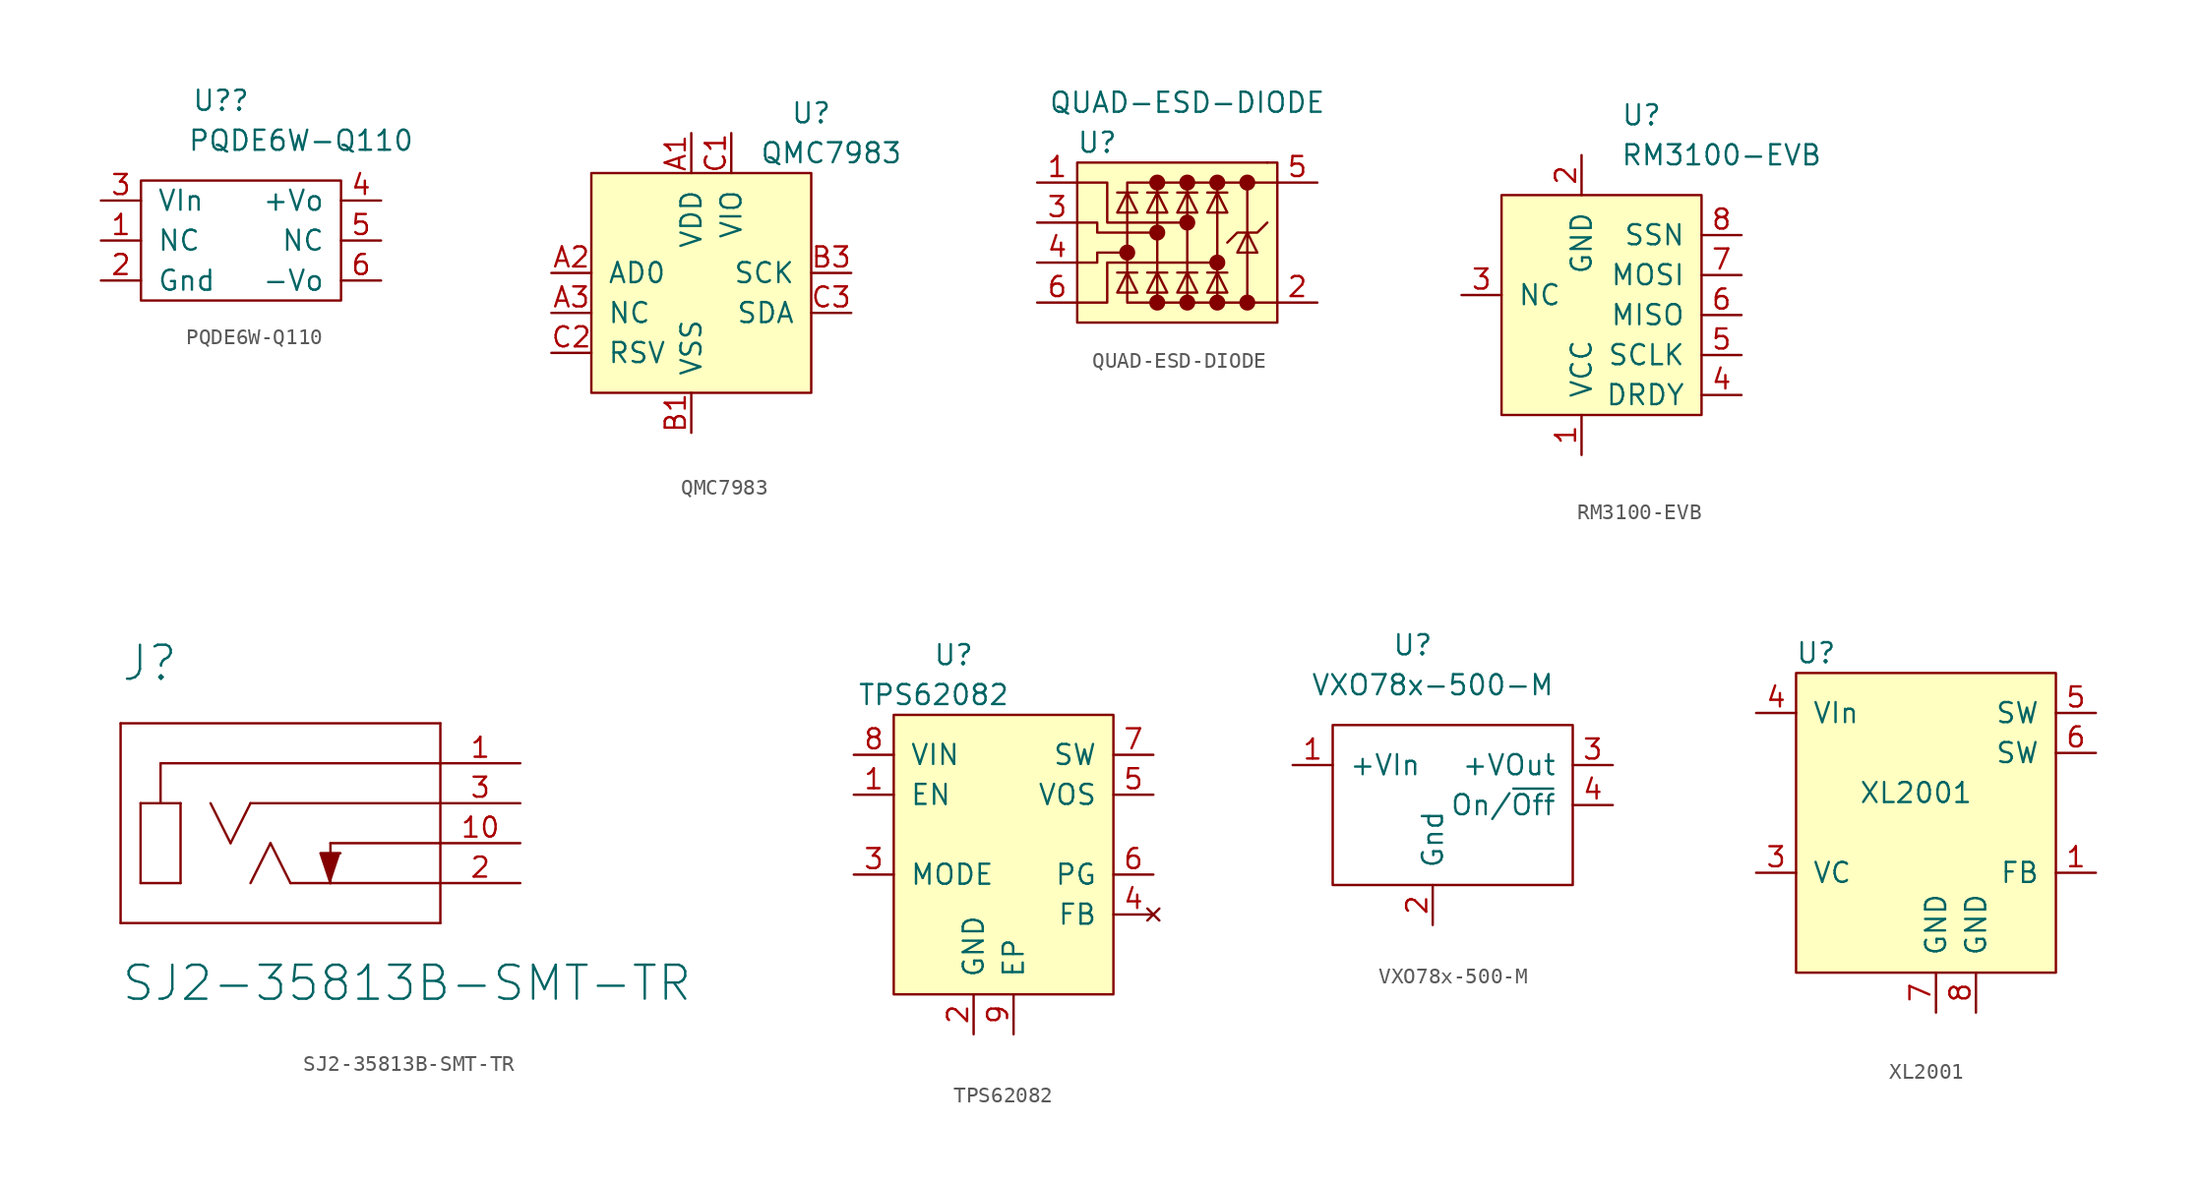
<source format=kicad_sym>
(kicad_symbol_lib
  (version 20220914)
  (generator kicad_symbol_editor)
  (symbol "PQDE6W-Q110"
    (pin_names
      (offset 1.016))
    (property "Reference" "U?"
      (at 0 11.43 0)
      (effects (font (size 1.27 1.27))))
    (property "Value" "PQDE6W-Q110"
      (at 5.08 8.89 0)
      (effects (font (size 1.27 1.27))))
    (symbol "PQDE6W-Q110_0_1"
      (rectangle (start -5.08 -1.27) (end 7.62 6.35) (stroke (width 0) (type default)) (fill (type none))))
    (symbol "PQDE6W-Q110_1_1"
      (pin passive line (at -7.62 2.54 0) (length 2.54) (name "NC" (effects (font (size 1.27 1.27)))) (number "1" (effects (font (size 1.27 1.27)))))
      (pin power_in line (at -7.62 0 0) (length 2.54) (name "Gnd" (effects (font (size 1.27 1.27)))) (number "2" (effects (font (size 1.27 1.27)))))
      (pin power_in line (at -7.62 5.08 0) (length 2.54) (name "VIn" (effects (font (size 1.27 1.27)))) (number "3" (effects (font (size 1.27 1.27)))))
      (pin power_out line (at 10.16 5.08 180) (length 2.54) (name "+Vo" (effects (font (size 1.27 1.27)))) (number "4" (effects (font (size 1.27 1.27)))))
      (pin passive line (at 10.16 2.54 180) (length 2.54) (name "NC" (effects (font (size 1.27 1.27)))) (number "5" (effects (font (size 1.27 1.27)))))
      (pin power_out line (at 10.16 0 180) (length 2.54) (name "-Vo" (effects (font (size 1.27 1.27)))) (number "6" (effects (font (size 1.27 1.27)))))))
  (symbol "QMC7983"
    (pin_names
      (offset 1.016))
    (property "Reference" "U"
      (at 7.62 10.16 0)
      (effects (font (size 1.27 1.27))))
    (property "Value" "QMC7983"
      (at 8.89 7.62 0)
      (effects (font (size 1.27 1.27))))
    (symbol "QMC7983_0_1"
      (rectangle (start -6.35 -7.62) (end 7.62 6.35) (stroke (width 0) (type default)) (fill (type background))))
    (symbol "QMC7983_1_1"
      (pin power_in line (at 0 8.89 270) (length 2.54) (name "VDD" (effects (font (size 1.27 1.27)))) (number "A1" (effects (font (size 1.27 1.27)))))
      (pin input line (at -8.89 0 0) (length 2.54) (name "AD0" (effects (font (size 1.27 1.27)))) (number "A2" (effects (font (size 1.27 1.27)))))
      (pin passive line (at -8.89 -2.54 0) (length 2.54) (name "NC" (effects (font (size 1.27 1.27)))) (number "A3" (effects (font (size 1.27 1.27)))))
      (pin power_in line (at 0 -10.16 90) (length 2.54) (name "VSS" (effects (font (size 1.27 1.27)))) (number "B1" (effects (font (size 1.27 1.27)))))
      (pin input line (at 10.16 0 180) (length 2.54) (name "SCK" (effects (font (size 1.27 1.27)))) (number "B3" (effects (font (size 1.27 1.27)))))
      (pin power_in line (at 2.54 8.89 270) (length 2.54) (name "VIO" (effects (font (size 1.27 1.27)))) (number "C1" (effects (font (size 1.27 1.27)))))
      (pin passive line (at -8.89 -5.08 0) (length 2.54) (name "RSV" (effects (font (size 1.27 1.27)))) (number "C2" (effects (font (size 1.27 1.27)))))
      (pin bidirectional line (at 10.16 -2.54 180) (length 2.54) (name "SDA" (effects (font (size 1.27 1.27)))) (number "C3" (effects (font (size 1.27 1.27)))))))
  (symbol "QUAD-ESD-DIODE"
    (pin_names
      (offset 1.016))
    (property "Reference" "U"
      (at -13.97 2.54 0)
      (effects (font (size 1.27 1.27))))
    (property "Value" "QUAD-ESD-DIODE"
      (at -8.255 5.08 0)
      (effects (font (size 1.27 1.27))))
    (symbol "QUAD-ESD-DIODE_0_1"
      (rectangle (start -15.24 -8.89) (end -2.54 1.27) (stroke (width 0) (type default)) (fill (type background)))
      (circle (center -10.16 0) (radius 0.0001) (stroke (width 0.508) (type default)) (fill (type none)))
      (rectangle (start -3.175 1.27) (end -3.175 1.27) (stroke (width 0) (type default)) (fill (type none)))
      (polyline (pts (xy -6.985 -5.715) (xy -5.715 -5.715)) (stroke (width 0) (type default)) (fill (type none)))
      (polyline (pts (xy -6.985 -0.635) (xy -5.715 -0.635)) (stroke (width 0) (type default)) (fill (type none)))
      (polyline (pts (xy -15.24 -7.62) (xy -13.335 -7.62) (xy -13.335 -5.08) (xy -6.35 -5.08)) (stroke (width 0) (type default)) (fill (type none)))
      (polyline (pts (xy -12.065 -4.445) (xy -13.97 -4.445) (xy -13.97 -5.08) (xy -15.24 -5.08)) (stroke (width 0) (type default)) (fill (type none)))
      (polyline (pts (xy -10.16 -3.175) (xy -13.97 -3.175) (xy -13.97 -2.54) (xy -15.24 -2.54)) (stroke (width 0) (type default)) (fill (type none)))
      (polyline (pts (xy -8.255 -2.54) (xy -13.335 -2.54) (xy -13.335 0) (xy -15.24 0)) (stroke (width 0) (type default)) (fill (type none)))
      (polyline (pts (xy -6.35 -5.715) (xy -6.985 -6.985) (xy -5.715 -6.985) (xy -6.35 -5.715)) (stroke (width 0) (type default)) (fill (type none)))
      (polyline (pts (xy -6.35 -0.635) (xy -6.985 -1.905) (xy -5.715 -1.905) (xy -6.35 -0.635)) (stroke (width 0) (type default)) (fill (type none)))
      (polyline (pts (xy -5.715 -3.81) (xy -5.08 -3.175) (xy -3.81 -3.175) (xy -3.175 -2.54)) (stroke (width 0) (type default)) (fill (type none)))
      (polyline (pts (xy -4.445 -3.175) (xy -5.08 -4.445) (xy -3.81 -4.445) (xy -4.445 -3.175)) (stroke (width 0) (type default)) (fill (type none)))
      (polyline (pts (xy -4.445 0) (xy -6.35 0) (xy -6.35 -7.62) (xy -4.445 -7.62)) (stroke (width 0) (type default)) (fill (type none)))
      (polyline (pts (xy -2.54 -7.62) (xy -4.445 -7.62) (xy -4.445 0) (xy -2.54 0)) (stroke (width 0) (type default)) (fill (type none))))
    (symbol "QUAD-ESD-DIODE_1_1"
      (circle (center -12.065 -4.445) (radius 0.0001) (stroke (width 0.508) (type default)) (fill (type none)))
      (circle (center -10.16 -7.62) (radius 0.0001) (stroke (width 0.508) (type default)) (fill (type none)))
      (circle (center -10.16 -3.175) (radius 0.0001) (stroke (width 0.508) (type default)) (fill (type none)))
      (circle (center -8.255 -7.62) (radius 0.0001) (stroke (width 0.508) (type default)) (fill (type none)))
      (circle (center -8.255 -2.54) (radius 0.0001) (stroke (width 0.508) (type default)) (fill (type none)))
      (circle (center -8.255 0) (radius 0.0001) (stroke (width 0.508) (type default)) (fill (type none)))
      (circle (center -6.35 -7.62) (radius 0.0001) (stroke (width 0.508) (type default)) (fill (type none)))
      (circle (center -6.35 -5.08) (radius 0.0001) (stroke (width 0.508) (type default)) (fill (type none)))
      (circle (center -6.35 0) (radius 0.0001) (stroke (width 0.508) (type default)) (fill (type none)))
      (circle (center -4.445 -7.62) (radius 0.0001) (stroke (width 0.508) (type default)) (fill (type none)))
      (circle (center -4.445 0) (radius 0.0001) (stroke (width 0.508) (type default)) (fill (type none)))
      (polyline (pts (xy -12.7 -5.715) (xy -11.43 -5.715)) (stroke (width 0) (type default)) (fill (type none)))
      (polyline (pts (xy -12.7 -0.635) (xy -11.43 -0.635)) (stroke (width 0) (type default)) (fill (type none)))
      (polyline (pts (xy -10.795 -5.715) (xy -9.525 -5.715)) (stroke (width 0) (type default)) (fill (type none)))
      (polyline (pts (xy -10.795 -0.635) (xy -9.525 -0.635)) (stroke (width 0) (type default)) (fill (type none)))
      (polyline (pts (xy -8.89 -5.715) (xy -7.62 -5.715)) (stroke (width 0) (type default)) (fill (type none)))
      (polyline (pts (xy -8.89 -0.635) (xy -7.62 -0.635)) (stroke (width 0) (type default)) (fill (type none)))
      (polyline (pts (xy -12.065 -5.715) (xy -12.7 -6.985) (xy -11.43 -6.985) (xy -12.065 -5.715)) (stroke (width 0) (type default)) (fill (type none)))
      (polyline (pts (xy -12.065 -0.635) (xy -12.7 -1.905) (xy -11.43 -1.905) (xy -12.065 -0.635)) (stroke (width 0) (type default)) (fill (type none)))
      (polyline (pts (xy -10.16 -5.715) (xy -10.795 -6.985) (xy -9.525 -6.985) (xy -10.16 -5.715)) (stroke (width 0) (type default)) (fill (type none)))
      (polyline (pts (xy -10.16 -0.635) (xy -10.795 -1.905) (xy -9.525 -1.905) (xy -10.16 -0.635)) (stroke (width 0) (type default)) (fill (type none)))
      (polyline (pts (xy -10.16 0) (xy -12.065 0) (xy -12.065 -7.62) (xy -10.16 -7.62)) (stroke (width 0) (type default)) (fill (type none)))
      (polyline (pts (xy -8.255 -5.715) (xy -8.89 -6.985) (xy -7.62 -6.985) (xy -8.255 -5.715)) (stroke (width 0) (type default)) (fill (type none)))
      (polyline (pts (xy -8.255 -0.635) (xy -8.89 -1.905) (xy -7.62 -1.905) (xy -8.255 -0.635)) (stroke (width 0) (type default)) (fill (type none)))
      (polyline (pts (xy -8.255 0) (xy -10.16 0) (xy -10.16 -7.62) (xy -8.255 -7.62)) (stroke (width 0) (type default)) (fill (type none)))
      (polyline (pts (xy -6.35 0) (xy -8.255 0) (xy -8.255 -7.62) (xy -6.35 -7.62)) (stroke (width 0) (type default)) (fill (type none)))
      (pin passive line (at -17.78 0 0) (length 2.54) (name "~" (effects (font (size 1.27 1.27)))) (number "1" (effects (font (size 1.27 1.27)))))
      (pin power_in line (at 0 -7.62 180) (length 2.54) (name "~" (effects (font (size 1.27 1.27)))) (number "2" (effects (font (size 1.27 1.27)))))
      (pin passive line (at -17.78 -2.54 0) (length 2.54) (name "~" (effects (font (size 1.27 1.27)))) (number "3" (effects (font (size 1.27 1.27)))))
      (pin passive line (at -17.78 -5.08 0) (length 2.54) (name "~" (effects (font (size 1.27 1.27)))) (number "4" (effects (font (size 1.27 1.27)))))
      (pin power_in line (at 0 0 180) (length 2.54) (name "~" (effects (font (size 1.27 1.27)))) (number "5" (effects (font (size 1.27 1.27)))))
      (pin passive line (at -17.78 -7.62 0) (length 2.54) (name "~" (effects (font (size 1.27 1.27)))) (number "6" (effects (font (size 1.27 1.27)))))))
  (symbol "RM3100-EVB"
    (pin_names
      (offset 1.016))
    (property "Reference" "U"
      (at 3.81 10.16 0)
      (effects (font (size 1.27 1.27))))
    (property "Value" "RM3100-EVB"
      (at 8.89 7.62 0)
      (effects (font (size 1.27 1.27))))
    (symbol "RM3100-EVB_0_0"
      (pin power_in line (at 0 -11.43 90) (length 2.54) (name "VCC" (effects (font (size 1.27 1.27)))) (number "1" (effects (font (size 1.27 1.27)))))
      (pin power_in line (at 0 7.62 270) (length 2.54) (name "GND" (effects (font (size 1.27 1.27)))) (number "2" (effects (font (size 1.27 1.27)))))
      (pin passive line (at -7.62 -1.27 0) (length 2.54) (name "NC" (effects (font (size 1.27 1.27)))) (number "3" (effects (font (size 1.27 1.27)))))
      (pin output line (at 10.16 -7.62 180) (length 2.54) (name "DRDY" (effects (font (size 1.27 1.27)))) (number "4" (effects (font (size 1.27 1.27)))))
      (pin input line (at 10.16 -5.08 180) (length 2.54) (name "SCLK" (effects (font (size 1.27 1.27)))) (number "5" (effects (font (size 1.27 1.27)))))
      (pin output line (at 10.16 -2.54 180) (length 2.54) (name "MISO" (effects (font (size 1.27 1.27)))) (number "6" (effects (font (size 1.27 1.27)))))
      (pin input line (at 10.16 0 180) (length 2.54) (name "MOSI" (effects (font (size 1.27 1.27)))) (number "7" (effects (font (size 1.27 1.27)))))
      (pin input line (at 10.16 2.54 180) (length 2.54) (name "SSN" (effects (font (size 1.27 1.27)))) (number "8" (effects (font (size 1.27 1.27))))))
    (symbol "RM3100-EVB_0_1"
      (rectangle (start 7.62 5.08) (end -5.08 -8.89) (stroke (width 0) (type default)) (fill (type background)))))
  (symbol "SJ2-35813B-SMT-TR"
    (pin_names
      (offset 1.016))
    (property "Reference" "J"
      (at -10.16 10.185 0)
      (effects (font (size 2.159 2.159)) (justify left bottom)))
    (property "Value" "SJ2-35813B-SMT-TR"
      (at -10.16 -10.16 0)
      (effects (font (size 2.159 2.159)) (justify left bottom)))
    (symbol "SJ2-35813B-SMT-TR_1_0"
      (polyline (pts (xy -10.16 -5.08) (xy 10.16 -5.08)) (stroke (width 0) (type default)) (fill (type none)))
      (polyline (pts (xy -10.16 7.62) (xy -10.16 -5.08)) (stroke (width 0) (type default)) (fill (type none)))
      (polyline (pts (xy -8.89 -2.54) (xy -8.89 2.54)) (stroke (width 0) (type default)) (fill (type none)))
      (polyline (pts (xy -8.89 2.54) (xy -7.62 2.54)) (stroke (width 0) (type default)) (fill (type none)))
      (polyline (pts (xy -7.62 2.54) (xy -6.35 2.54)) (stroke (width 0) (type default)) (fill (type none)))
      (polyline (pts (xy -7.62 5.08) (xy -7.62 2.54)) (stroke (width 0) (type default)) (fill (type none)))
      (polyline (pts (xy -6.35 -2.54) (xy -8.89 -2.54)) (stroke (width 0) (type default)) (fill (type none)))
      (polyline (pts (xy -6.35 2.54) (xy -6.35 -2.54)) (stroke (width 0) (type default)) (fill (type none)))
      (polyline (pts (xy -3.175 0) (xy -4.445 2.54)) (stroke (width 0) (type default)) (fill (type none)))
      (polyline (pts (xy -1.905 2.54) (xy -3.175 0)) (stroke (width 0) (type default)) (fill (type none)))
      (polyline (pts (xy -0.635 0) (xy -1.905 -2.54)) (stroke (width 0) (type default)) (fill (type none)))
      (polyline (pts (xy 0.635 -2.54) (xy -0.635 0)) (stroke (width 0) (type default)) (fill (type none)))
      (polyline (pts (xy 3.175 -2.54) (xy 0.635 -2.54)) (stroke (width 0) (type default)) (fill (type none)))
      (polyline (pts (xy 3.175 0) (xy 3.175 -2.54)) (stroke (width 0) (type default)) (fill (type none)))
      (polyline (pts (xy 10.16 -5.08) (xy 10.16 -2.54)) (stroke (width 0) (type default)) (fill (type none)))
      (polyline (pts (xy 10.16 -2.54) (xy 3.175 -2.54)) (stroke (width 0) (type default)) (fill (type none)))
      (polyline (pts (xy 10.16 -2.54) (xy 10.16 0)) (stroke (width 0) (type default)) (fill (type none)))
      (polyline (pts (xy 10.16 0) (xy 3.175 0)) (stroke (width 0) (type default)) (fill (type none)))
      (polyline (pts (xy 10.16 0) (xy 10.16 2.54)) (stroke (width 0) (type default)) (fill (type none)))
      (polyline (pts (xy 10.16 2.54) (xy -1.905 2.54)) (stroke (width 0) (type default)) (fill (type none)))
      (polyline (pts (xy 10.16 2.54) (xy 10.16 5.08)) (stroke (width 0) (type default)) (fill (type none)))
      (polyline (pts (xy 10.16 5.08) (xy -7.62 5.08)) (stroke (width 0) (type default)) (fill (type none)))
      (polyline (pts (xy 10.16 5.08) (xy 10.16 7.62)) (stroke (width 0) (type default)) (fill (type none)))
      (polyline (pts (xy 10.16 7.62) (xy -10.16 7.62)) (stroke (width 0) (type default)) (fill (type none)))
      (polyline (pts (xy 3.175 -2.54) (xy 2.54 -0.635) (xy 3.81 -0.635)) (stroke (width 0) (type default)) (fill (type outline)))
      (pin passive line (at 15.24 5.08 180) (length 5.08) (name "SLEEVE" (effects (font (size 0 0)))) (number "1" (effects (font (size 1.27 1.27)))))
      (pin passive line (at 15.24 0 180) (length 5.08) (name "TIP_SWITCH" (effects (font (size 0 0)))) (number "10" (effects (font (size 1.27 1.27)))))
      (pin passive line (at 15.24 -2.54 180) (length 5.08) (name "TIP" (effects (font (size 0 0)))) (number "2" (effects (font (size 1.27 1.27)))))
      (pin passive line (at 15.24 2.54 180) (length 5.08) (name "RING" (effects (font (size 0 0)))) (number "3" (effects (font (size 1.27 1.27)))))))
  (symbol "TPS62082"
    (pin_names
      (offset 1.016))
    (property "Reference" "U"
      (at -3.81 6.35 0)
      (effects (font (size 1.27 1.27))))
    (property "Value" "TPS62082"
      (at -5.08 3.81 0)
      (effects (font (size 1.27 1.27))))
    (symbol "TPS62082_0_1"
      (rectangle (start -7.62 -15.24) (end 6.35 2.54) (stroke (width 0) (type default)) (fill (type background))))
    (symbol "TPS62082_1_1"
      (pin input line (at -10.16 -2.54 0) (length 2.54) (name "EN" (effects (font (size 1.27 1.27)))) (number "1" (effects (font (size 1.27 1.27)))))
      (pin power_in line (at -2.54 -17.78 90) (length 2.54) (name "GND" (effects (font (size 1.27 1.27)))) (number "2" (effects (font (size 1.27 1.27)))))
      (pin input line (at -10.16 -7.62 0) (length 2.54) (name "MODE" (effects (font (size 1.27 1.27)))) (number "3" (effects (font (size 1.27 1.27)))))
      (pin no_connect line (at 8.89 -10.16 180) (length 2.54) (name "FB" (effects (font (size 1.27 1.27)))) (number "4" (effects (font (size 1.27 1.27)))))
      (pin input line (at 8.89 -2.54 180) (length 2.54) (name "VOS" (effects (font (size 1.27 1.27)))) (number "5" (effects (font (size 1.27 1.27)))))
      (pin open_collector line (at 8.89 -7.62 180) (length 2.54) (name "PG" (effects (font (size 1.27 1.27)))) (number "6" (effects (font (size 1.27 1.27)))))
      (pin power_out line (at 8.89 0 180) (length 2.54) (name "SW" (effects (font (size 1.27 1.27)))) (number "7" (effects (font (size 1.27 1.27)))))
      (pin power_in line (at -10.16 0 0) (length 2.54) (name "VIN" (effects (font (size 1.27 1.27)))) (number "8" (effects (font (size 1.27 1.27)))))
      (pin power_in line (at 0 -17.78 90) (length 2.54) (name "EP" (effects (font (size 1.27 1.27)))) (number "9" (effects (font (size 1.27 1.27)))))))
  (symbol "VXO78x-500-M"
    (pin_names
      (offset 1.016))
    (property "Reference" "U"
      (at -1.27 8.89 0)
      (effects (font (size 1.27 1.27))))
    (property "Value" "VXO78x-500-M"
      (at 0 6.35 0)
      (effects (font (size 1.27 1.27))))
    (symbol "VXO78x-500-M_0_1"
      (rectangle (start -6.35 3.81) (end 8.89 -6.35) (stroke (width 0) (type default)) (fill (type none))))
    (symbol "VXO78x-500-M_1_1"
      (pin power_in line (at -8.89 1.27 0) (length 2.54) (name "+VIn" (effects (font (size 1.27 1.27)))) (number "1" (effects (font (size 1.27 1.27)))))
      (pin power_in line (at 0 -8.89 90) (length 2.54) (name "Gnd" (effects (font (size 1.27 1.27)))) (number "2" (effects (font (size 1.27 1.27)))))
      (pin power_out line (at 11.43 1.27 180) (length 2.54) (name "+VOut" (effects (font (size 1.27 1.27)))) (number "3" (effects (font (size 1.27 1.27)))))
      (pin input line (at 11.43 -1.27 180) (length 2.54) (name "On/~{Off}" (effects (font (size 1.27 1.27)))) (number "4" (effects (font (size 1.27 1.27)))))))
  (symbol "XL2001"
    (pin_names
      (offset 1.016))
    (property "Reference" "U"
      (at -7.62 3.81 0)
      (effects (font (size 1.27 1.27))))
    (property "Value" "XL2001"
      (at -1.27 -5.08 0)
      (effects (font (size 1.27 1.27))))
    (symbol "XL2001_0_1"
      (rectangle (start -8.89 -16.51) (end 7.62 2.54) (stroke (width 0) (type default)) (fill (type background))))
    (symbol "XL2001_1_1"
      (pin input line (at 10.16 -10.16 180) (length 2.54) (name "FB" (effects (font (size 1.27 1.27)))) (number "1" (effects (font (size 1.27 1.27)))))
      (pin input line (at -5.08 -19.05 90) (length 2.54) hide (name "NC" (effects (font (size 1.27 1.27)))) (number "2" (effects (font (size 1.27 1.27)))))
      (pin passive line (at -11.43 -10.16 0) (length 2.54) (name "VC" (effects (font (size 1.27 1.27)))) (number "3" (effects (font (size 1.27 1.27)))))
      (pin power_in line (at -11.43 0 0) (length 2.54) (name "VIn" (effects (font (size 1.27 1.27)))) (number "4" (effects (font (size 1.27 1.27)))))
      (pin power_out line (at 10.16 0 180) (length 2.54) (name "SW" (effects (font (size 1.27 1.27)))) (number "5" (effects (font (size 1.27 1.27)))))
      (pin power_out line (at 10.16 -2.54 180) (length 2.54) (name "SW" (effects (font (size 1.27 1.27)))) (number "6" (effects (font (size 1.27 1.27)))))
      (pin power_in line (at 0 -19.05 90) (length 2.54) (name "GND" (effects (font (size 1.27 1.27)))) (number "7" (effects (font (size 1.27 1.27)))))
      (pin power_in line (at 2.54 -19.05 90) (length 2.54) (name "GND" (effects (font (size 1.27 1.27)))) (number "8" (effects (font (size 1.27 1.27))))))))
</source>
